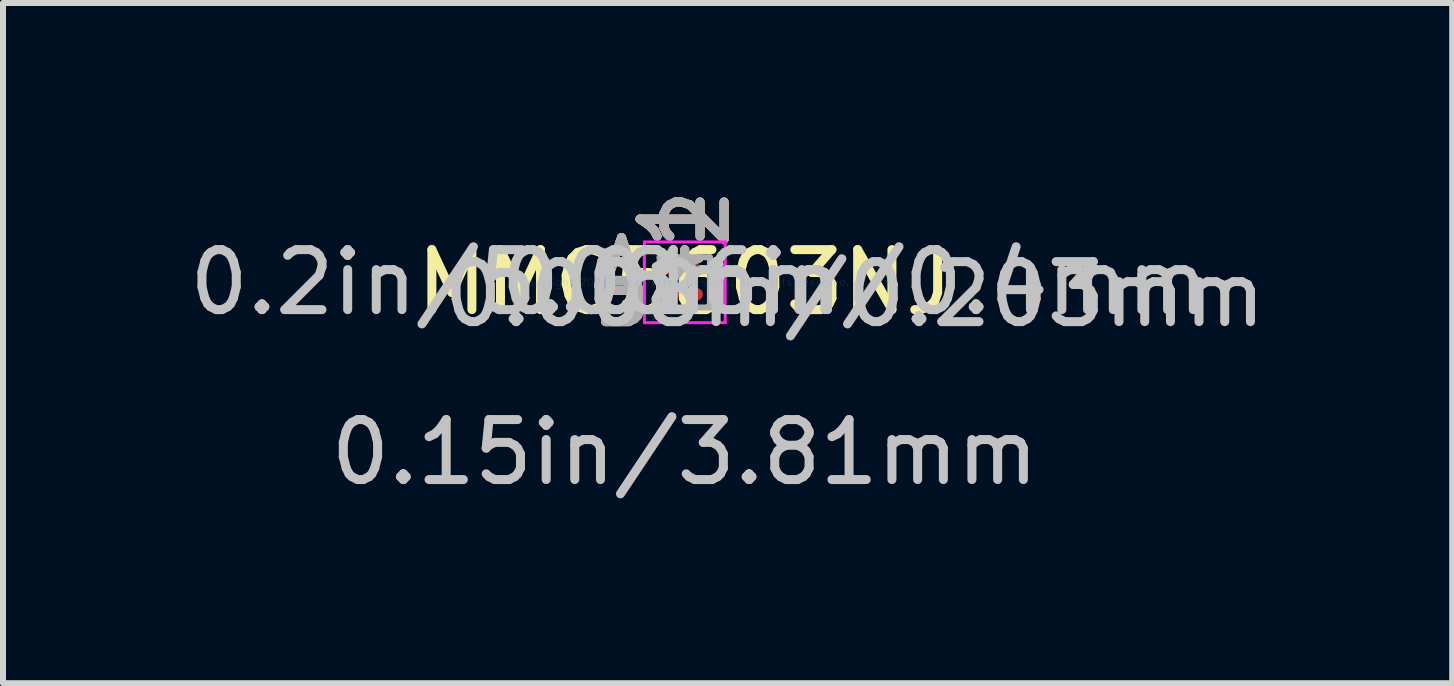
<source format=kicad_pcb>
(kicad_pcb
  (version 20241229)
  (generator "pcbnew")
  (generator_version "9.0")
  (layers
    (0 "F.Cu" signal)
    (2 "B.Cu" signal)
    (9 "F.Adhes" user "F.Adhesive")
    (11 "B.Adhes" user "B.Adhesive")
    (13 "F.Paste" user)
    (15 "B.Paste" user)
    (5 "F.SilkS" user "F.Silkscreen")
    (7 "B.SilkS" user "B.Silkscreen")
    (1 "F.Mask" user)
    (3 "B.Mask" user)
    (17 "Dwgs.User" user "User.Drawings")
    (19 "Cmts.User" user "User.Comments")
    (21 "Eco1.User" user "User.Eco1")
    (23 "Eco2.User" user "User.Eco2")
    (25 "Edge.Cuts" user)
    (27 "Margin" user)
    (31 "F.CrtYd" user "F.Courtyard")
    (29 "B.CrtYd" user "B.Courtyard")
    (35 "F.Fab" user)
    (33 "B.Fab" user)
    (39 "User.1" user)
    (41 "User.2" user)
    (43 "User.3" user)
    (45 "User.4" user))
  (footprint "MMC5603NJ"
    (layer "F.Cu")
    (at 8.362 1.655)
    (property "Reference" "MMC5603NJ" (at 0 0 0) (layer "F.SilkS") (effects (font (size 1 1) (thickness 0.15))))
    (attr through_hole)
    (fp_line (start -0.673 -0.673) (end 0.673 -0.673) (stroke (width 0.05) (type solid)) (layer "F.CrtYd"))
    (fp_line (start -0.673 0.673) (end -0.673 -0.673) (stroke (width 0.05) (type solid)) (layer "F.CrtYd"))
    (fp_line (start 0.673 -0.673) (end 0.673 0.673) (stroke (width 0.05) (type solid)) (layer "F.CrtYd"))
    (fp_line (start 0.673 0.673) (end -0.673 0.673) (stroke (width 0.05) (type solid)) (layer "F.CrtYd"))
    (fp_line (start -0.419 -0.419) (end -0.419 0.419) (stroke (width 0.1) (type solid)) (layer "F.Fab"))
    (fp_line (start -0.419 0.419) (end 0.419 0.419) (stroke (width 0.1) (type solid)) (layer "F.Fab"))
    (fp_line (start -0.219 -0.419) (end -0.419 -0.219) (stroke (width 0.1) (type solid)) (layer "F.Fab"))
    (fp_line (start 0.419 -0.419) (end -0.419 -0.419) (stroke (width 0.1) (type solid)) (layer "F.Fab"))
    (fp_line (start 0.419 0.419) (end 0.419 -0.419) (stroke (width 0.1) (type solid)) (layer "F.Fab"))
    (fp_text user "*" (at 0 0 0) (layer "F.SilkS") (effects (font (size 1 1) (thickness 0.15))))
    (fp_text user "1" (at -0.2 -1.054 90) (layer "F.SilkS") (effects (font (size 1 1) (thickness 0.15))))
    (fp_text user "B" (at -1.054 0.2 0) (layer "F.SilkS") (effects (font (size 1 1) (thickness 0.15))))
    (fp_text user "A" (at -1.054 -0.2 0) (layer "F.SilkS") (effects (font (size 1 1) (thickness 0.15))))
    (fp_text user "2" (at 0.2 -1.054 90) (layer "F.SilkS") (effects (font (size 1 1) (thickness 0.15))))
    (fp_text user "A" (at -1.054 -0.2 0) (layer "B.SilkS") (effects (font (size 1 1) (thickness 0.15))))
    (fp_text user "2" (at 0.2 -1.054 90) (layer "B.SilkS") (effects (font (size 1 1) (thickness 0.15))))
    (fp_text user "1" (at -0.2 -1.054 90) (layer "B.SilkS") (effects (font (size 1 1) (thickness 0.15))))
    (fp_text user "B" (at -1.054 0.2 0) (layer "B.SilkS") (effects (font (size 1 1) (thickness 0.15))))
    (fp_text user "0.008in/0.203mm" (at 2.832 0.2 0) (layer "Dwgs.User") (effects (font (size 1 1) (thickness 0.15))))
    (fp_text user "0.2in/5.08mm" (at -2.832 0 0) (layer "Dwgs.User") (effects (font (size 1 1) (thickness 0.15))))
    (fp_text user "0.15in/3.81mm" (at 0 2.832 0) (layer "Dwgs.User") (effects (font (size 1 1) (thickness 0.15))))
    (fp_text user "0.016in/0.4mm" (at 2.832 0 0) (layer "Dwgs.User") (effects (font (size 1 1) (thickness 0.15))))
    (fp_text user "Copyright 2021 Accelerated Designs. All rights reserved." (at 0 0 0) (layer "Cmts.User") (effects (font (size 0.127 0.127) (thickness 0.002))))
    (fp_text user "*" (at 0 0 0) (layer "F.Fab") (effects (font (size 1 1) (thickness 0.15))))
    (fp_text user "2" (at 0.2 -1.054 90) (layer "F.Fab") (effects (font (size 1 1) (thickness 0.15))))
    (fp_text user "1" (at -0.2 -1.054 90) (layer "F.Fab") (effects (font (size 1 1) (thickness 0.15))))
    (fp_text user "A" (at -1.054 -0.2 0) (layer "F.Fab") (effects (font (size 1 1) (thickness 0.15))))
    (fp_text user "B" (at -1.054 0.2 0) (layer "F.Fab") (effects (font (size 1 1) (thickness 0.15))))
    (pad "A1" smd circle (at -0.2 -0.2) (size 0.203 0.203) (layers "F.Cu" "F.Mask" "F.Paste"))
    (pad "A2" smd circle (at 0.2 -0.2) (size 0.203 0.203) (layers "F.Cu" "F.Mask" "F.Paste"))
    (pad "B1" smd circle (at -0.2 0.2) (size 0.203 0.203) (layers "F.Cu" "F.Mask" "F.Paste"))
    (pad "B2" smd circle (at 0.2 0.2) (size 0.203 0.203) (layers "F.Cu" "F.Mask" "F.Paste")))
  (gr_rect
    (start -3 -3)
    (end 21.152 8.336)
    (stroke (width 0.1) (type default))
    (fill no)
    (layer "Edge.Cuts")))
</source>
